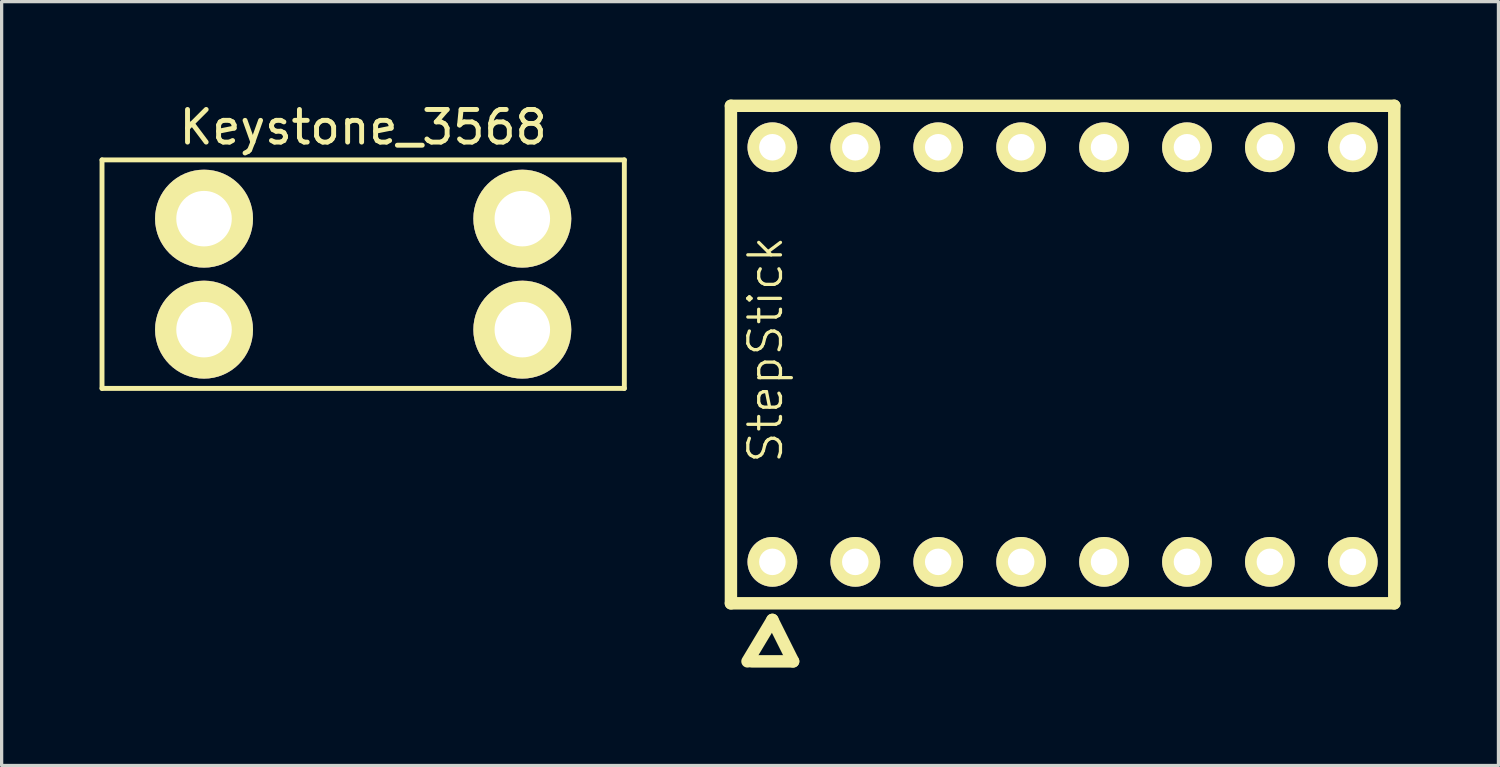
<source format=kicad_pcb>
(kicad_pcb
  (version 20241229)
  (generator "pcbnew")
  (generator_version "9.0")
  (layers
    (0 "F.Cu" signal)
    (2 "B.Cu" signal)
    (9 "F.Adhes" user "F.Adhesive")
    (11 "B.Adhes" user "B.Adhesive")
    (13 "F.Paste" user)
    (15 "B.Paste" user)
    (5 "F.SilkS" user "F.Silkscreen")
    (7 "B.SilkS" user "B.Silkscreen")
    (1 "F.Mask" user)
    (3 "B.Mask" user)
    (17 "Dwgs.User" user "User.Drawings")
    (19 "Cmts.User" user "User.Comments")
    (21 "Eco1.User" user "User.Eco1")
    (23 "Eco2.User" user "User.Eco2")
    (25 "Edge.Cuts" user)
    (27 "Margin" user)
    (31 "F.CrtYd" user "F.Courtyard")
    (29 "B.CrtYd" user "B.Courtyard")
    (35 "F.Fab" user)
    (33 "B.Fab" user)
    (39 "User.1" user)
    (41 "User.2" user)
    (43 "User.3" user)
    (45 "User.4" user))
  (footprint "Keystone_3568"
    (layer "F.Cu")
    (at 8.075 5.348)
    (property "Reference" "Keystone_3568" (at 0 -4.5 0) (layer "F.SilkS") (effects (font (size 1 1) (thickness 0.15))))
    (attr through_hole)
    (fp_line (start -8 -3.5) (end 8 -3.5) (stroke (width 0.15) (type solid)) (layer "F.SilkS"))
    (fp_line (start -8 3.5) (end -8 -3.5) (stroke (width 0.15) (type solid)) (layer "F.SilkS"))
    (fp_line (start 8 -3.5) (end 8 3.5) (stroke (width 0.15) (type solid)) (layer "F.SilkS"))
    (fp_line (start 8 3.5) (end -8 3.5) (stroke (width 0.15) (type solid)) (layer "F.SilkS"))
    (pad "1" thru_hole circle (at -4.875 -1.7) (size 3 3) (drill 1.7) (layers "*.Cu" "*.Mask" "F.SilkS"))
    (pad "1" thru_hole circle (at -4.875 1.7) (size 3 3) (drill 1.7) (layers "*.Cu" "*.Mask" "F.SilkS"))
    (pad "2" thru_hole circle (at 4.875 -1.7) (size 3 3) (drill 1.7) (layers "*.Cu" "*.Mask" "F.SilkS"))
    (pad "2" thru_hole circle (at 4.875 1.7) (size 3 3) (drill 1.7) (layers "*.Cu" "*.Mask" "F.SilkS")))
  (footprint "StepStick"
    (layer "F.Cu")
    (at 29.5 14.161)
    (property "Reference" "StepStick" (at -9.1 -6.5 90) (layer "F.SilkS") (effects (font (size 1 1) (thickness 0.1))))
    (attr through_hole)
    (fp_line (start -10.16 -13.97) (end 10.16 -13.97) (stroke (width 0.381) (type solid)) (layer "F.SilkS"))
    (fp_line (start -10.16 1.27) (end -10.16 -13.97) (stroke (width 0.381) (type solid)) (layer "F.SilkS"))
    (fp_line (start -9.652 3.048) (end -8.89 1.778) (stroke (width 0.381) (type solid)) (layer "F.SilkS"))
    (fp_line (start -8.89 1.778) (end -8.255 3.048) (stroke (width 0.381) (type solid)) (layer "F.SilkS"))
    (fp_line (start -8.255 3.048) (end -9.525 3.048) (stroke (width 0.381) (type solid)) (layer "F.SilkS"))
    (fp_line (start 10.16 -13.97) (end 10.16 1.27) (stroke (width 0.381) (type solid)) (layer "F.SilkS"))
    (fp_line (start 10.16 1.27) (end -10.16 1.27) (stroke (width 0.381) (type solid)) (layer "F.SilkS"))
    (pad "1" thru_hole circle (at -8.89 0) (size 1.524 1.524) (drill 0.813) (layers "*.Cu" "*.Mask" "F.SilkS"))
    (pad "2" thru_hole circle (at -6.35 0) (size 1.524 1.524) (drill 0.813) (layers "*.Cu" "*.Mask" "F.SilkS"))
    (pad "3" thru_hole circle (at -3.81 0) (size 1.524 1.524) (drill 0.813) (layers "*.Cu" "*.Mask" "F.SilkS"))
    (pad "4" thru_hole circle (at -1.27 0) (size 1.524 1.524) (drill 0.813) (layers "*.Cu" "*.Mask" "F.SilkS"))
    (pad "5" thru_hole circle (at 1.27 0) (size 1.524 1.524) (drill 0.813) (layers "*.Cu" "*.Mask" "F.SilkS"))
    (pad "6" thru_hole circle (at 3.81 0) (size 1.524 1.524) (drill 0.813) (layers "*.Cu" "*.Mask" "F.SilkS"))
    (pad "7" thru_hole circle (at 6.35 0) (size 1.524 1.524) (drill 0.813) (layers "*.Cu" "*.Mask" "F.SilkS"))
    (pad "8" thru_hole circle (at 8.89 0) (size 1.524 1.524) (drill 0.813) (layers "*.Cu" "*.Mask" "F.SilkS"))
    (pad "9" thru_hole circle (at 8.89 -12.7) (size 1.524 1.524) (drill 0.813) (layers "*.Cu" "*.Mask" "F.SilkS"))
    (pad "10" thru_hole circle (at 6.35 -12.7) (size 1.524 1.524) (drill 0.813) (layers "*.Cu" "*.Mask" "F.SilkS"))
    (pad "11" thru_hole circle (at 3.81 -12.7) (size 1.524 1.524) (drill 0.813) (layers "*.Cu" "*.Mask" "F.SilkS"))
    (pad "12" thru_hole circle (at 1.27 -12.7) (size 1.524 1.524) (drill 0.813) (layers "*.Cu" "*.Mask" "F.SilkS"))
    (pad "13" thru_hole circle (at -1.27 -12.7) (size 1.524 1.524) (drill 0.813) (layers "*.Cu" "*.Mask" "F.SilkS"))
    (pad "14" thru_hole circle (at -3.81 -12.7) (size 1.524 1.524) (drill 0.813) (layers "*.Cu" "*.Mask" "F.SilkS"))
    (pad "15" thru_hole circle (at -6.35 -12.7) (size 1.524 1.524) (drill 0.813) (layers "*.Cu" "*.Mask" "F.SilkS"))
    (pad "16" thru_hole circle (at -8.89 -12.7) (size 1.524 1.524) (drill 0.813) (layers "*.Cu" "*.Mask" "F.SilkS")))
  (gr_rect
    (start -3 -3)
    (end 42.851 20.399)
    (stroke (width 0.1) (type default))
    (fill no)
    (layer "Edge.Cuts")))
</source>
